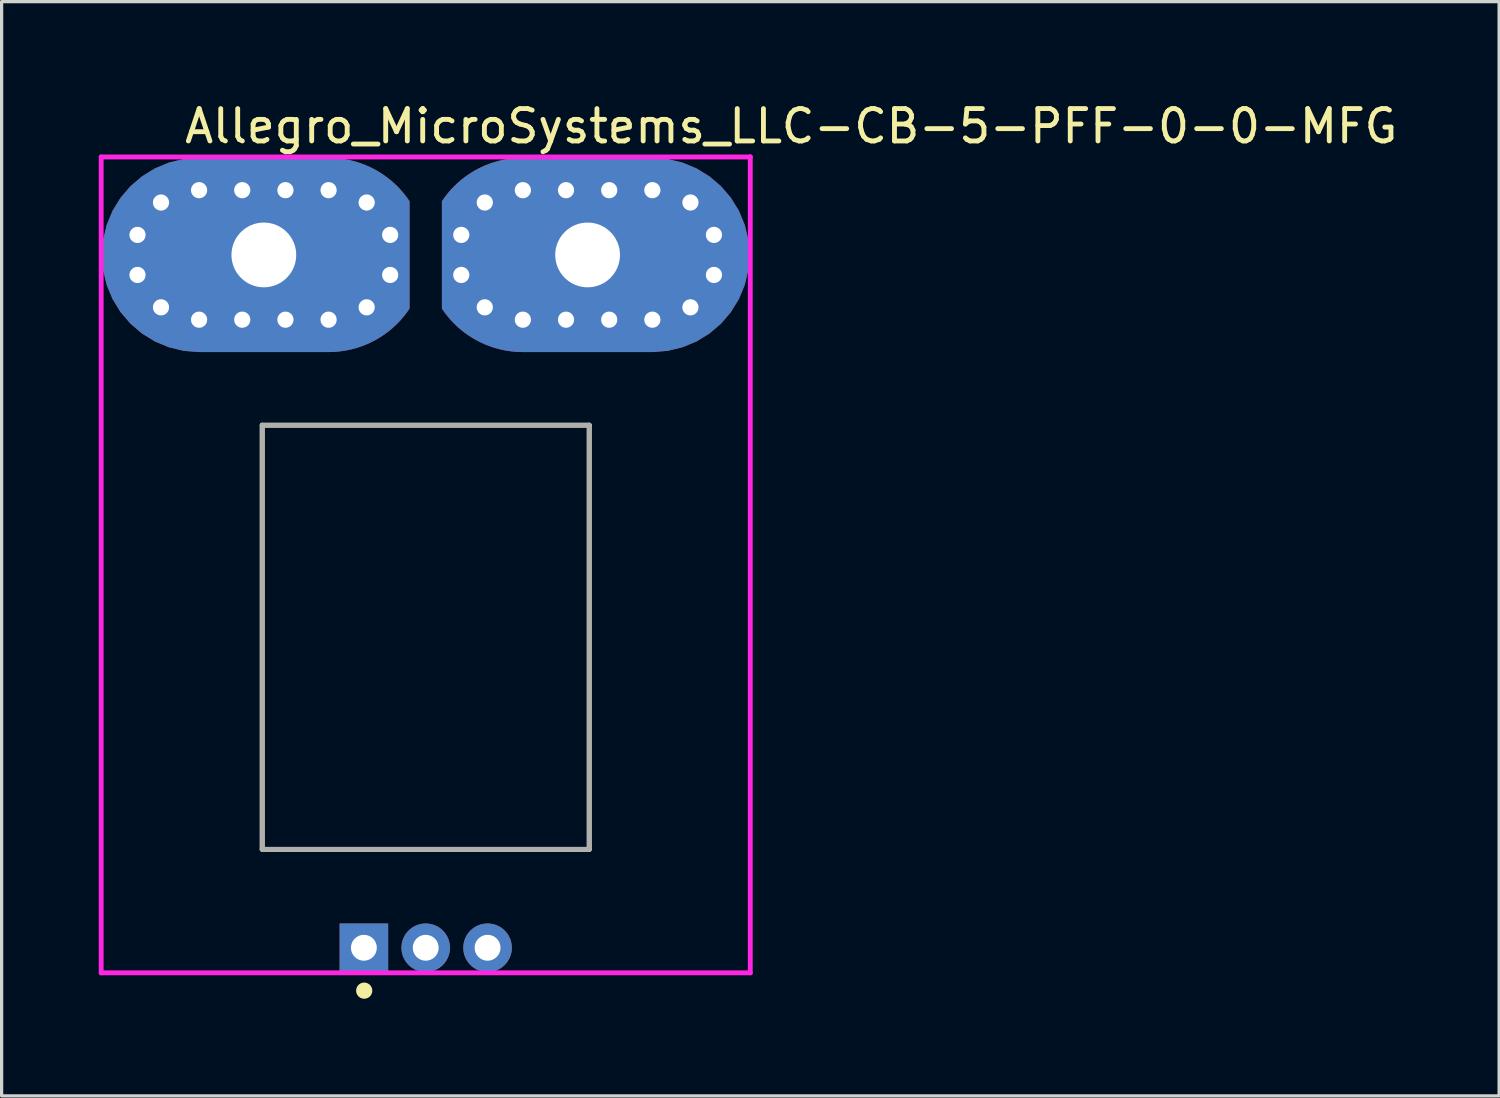
<source format=kicad_pcb>
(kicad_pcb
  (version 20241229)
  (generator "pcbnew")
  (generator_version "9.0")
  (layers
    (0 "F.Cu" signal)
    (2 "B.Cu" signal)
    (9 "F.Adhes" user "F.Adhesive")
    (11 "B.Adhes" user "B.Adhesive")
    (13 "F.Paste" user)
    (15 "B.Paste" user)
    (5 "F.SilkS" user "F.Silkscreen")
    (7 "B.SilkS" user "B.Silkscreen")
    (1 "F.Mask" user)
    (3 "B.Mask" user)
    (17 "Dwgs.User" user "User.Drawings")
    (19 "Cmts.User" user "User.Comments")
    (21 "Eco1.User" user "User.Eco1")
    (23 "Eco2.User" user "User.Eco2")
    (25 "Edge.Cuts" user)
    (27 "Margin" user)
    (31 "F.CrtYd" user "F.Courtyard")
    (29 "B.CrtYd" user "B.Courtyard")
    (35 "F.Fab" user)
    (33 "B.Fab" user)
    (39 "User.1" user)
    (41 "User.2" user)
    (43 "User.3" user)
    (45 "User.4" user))
  (footprint "Allegro_MicroSystems_LLC-CB-5-PFF-0-0-MFG"
    (layer "F.Cu")
    (at 10.099 16.633)
    (property "Reference" "Allegro_MicroSystems_LLC-CB-5-PFF-0-0-MFG" (at -7.525 -15.784 0) (layer "F.SilkS") (effects (font (size 1 1) (thickness 0.15)) (justify left)))
    (attr through_hole)
    (fp_line (start -5.05 -6.55) (end 5.05 -6.55) (stroke (width 0.15) (type solid)) (layer "F.SilkS"))
    (fp_line (start -5.05 6.55) (end -5.05 -6.55) (stroke (width 0.15) (type solid)) (layer "F.SilkS"))
    (fp_line (start -5.05 6.55) (end 5.05 6.55) (stroke (width 0.15) (type solid)) (layer "F.SilkS"))
    (fp_line (start 5.05 6.55) (end 5.05 -6.55) (stroke (width 0.15) (type solid)) (layer "F.SilkS"))
    (fp_circle (center -1.9 10.915) (end -1.775 10.915) (stroke (width 0.25) (type solid)) (fill no) (layer "F.SilkS"))
    (fp_line (start -10.024 -14.835) (end -10.024 10.365) (stroke (width 0.15) (type solid)) (layer "F.CrtYd"))
    (fp_line (start -10.024 10.365) (end 10.024 10.365) (stroke (width 0.15) (type solid)) (layer "F.CrtYd"))
    (fp_line (start 10.024 -14.835) (end -10.024 -14.835) (stroke (width 0.15) (type solid)) (layer "F.CrtYd"))
    (fp_line (start 10.024 -14.835) (end 10.024 -14.835) (stroke (width 0.15) (type solid)) (layer "F.CrtYd"))
    (fp_line (start 10.024 10.365) (end 10.024 -14.835) (stroke (width 0.15) (type solid)) (layer "F.CrtYd"))
    (fp_line (start -5.05 -6.55) (end 5.05 -6.55) (stroke (width 0.15) (type solid)) (layer "F.Fab"))
    (fp_line (start -5.05 6.55) (end -5.05 -6.55) (stroke (width 0.15) (type solid)) (layer "F.Fab"))
    (fp_line (start 5.05 -6.55) (end 5.05 6.55) (stroke (width 0.15) (type solid)) (layer "F.Fab"))
    (fp_line (start 5.05 6.55) (end -5.05 6.55) (stroke (width 0.15) (type solid)) (layer "F.Fab"))
    (pad "1" thru_hole rect (at -1.91 9.59) (size 1.5 1.5) (drill 0.8) (layers "*.Cu"))
    (pad "2" thru_hole circle (at 0 9.59) (size 1.5 1.5) (drill 0.8) (layers "*.Cu"))
    (pad "3" thru_hole circle (at 1.91 9.59) (size 1.5 1.5) (drill 0.8) (layers "*.Cu"))
    (pad "4" thru_hole roundrect (at 5 -11.809) (size 6.6 2.6) (drill oval 2) (layers "*.Cu") (roundrect_rratio 0.5))
    (pad "4" smd custom (at 5.25 -11.809) (size 1 1) (layers "F.Cu" "F.Mask") (options (anchor circle)) (primitives (gr_poly (pts (xy -4.75 -1.658) (xy -4.75 1.658) (xy -4.665 1.779) (xy -4.575 1.896) (xy -4.479 2.008) (xy -4.377 2.116) (xy -4.27 2.218) (xy -4.159 2.315) (xy -4.042 2.406) (xy -3.922 2.491) (xy -3.797 2.57) (xy -3.669 2.643) (xy -3.537 2.71) (xy -3.402 2.77) (xy -3.264 2.823) (xy -3.124 2.87) (xy -2.981 2.909) (xy -2.837 2.942) (xy -2.692 2.967) (xy -2.545 2.985) (xy -2.398 2.996) (xy -2.25 3) (xy 1.75 3) (xy 2.219 2.963) (xy 2.677 2.853) (xy 3.112 2.673) (xy 3.513 2.427) (xy 3.871 2.121) (xy 4.177 1.763) (xy 4.423 1.362) (xy 4.603 0.927) (xy 4.713 0.469) (xy 4.75 0) (xy 4.713 -0.469) (xy 4.603 -0.927) (xy 4.423 -1.362) (xy 4.177 -1.763) (xy 3.871 -2.121) (xy 3.513 -2.427) (xy 3.112 -2.673) (xy 2.677 -2.853) (xy 2.219 -2.963) (xy 1.75 -3) (xy -2.25 -3) (xy -2.398 -2.996) (xy -2.545 -2.985) (xy -2.692 -2.967) (xy -2.837 -2.942) (xy -2.981 -2.909) (xy -3.124 -2.87) (xy -3.264 -2.823) (xy -3.402 -2.77) (xy -3.537 -2.71) (xy -3.669 -2.643) (xy -3.797 -2.57) (xy -3.922 -2.491) (xy -4.042 -2.406) (xy -4.159 -2.315) (xy -4.27 -2.218) (xy -4.377 -2.116) (xy -4.479 -2.008) (xy -4.575 -1.896) (xy -4.665 -1.779) (xy -4.75 -1.658)) (width 0) (fill yes))))
    (pad "4" smd custom (at 5.25 -11.809) (size 1 1) (layers "B.Cu" "B.Mask") (options (anchor circle)) (primitives (gr_poly (pts (xy -4.75 -1.658) (xy -4.75 1.658) (xy -4.665 1.779) (xy -4.575 1.896) (xy -4.479 2.008) (xy -4.377 2.116) (xy -4.27 2.218) (xy -4.159 2.315) (xy -4.042 2.406) (xy -3.922 2.491) (xy -3.797 2.57) (xy -3.669 2.643) (xy -3.537 2.71) (xy -3.402 2.77) (xy -3.264 2.823) (xy -3.124 2.87) (xy -2.981 2.909) (xy -2.837 2.942) (xy -2.692 2.967) (xy -2.545 2.985) (xy -2.398 2.996) (xy -2.25 3) (xy 1.75 3) (xy 2.219 2.963) (xy 2.677 2.853) (xy 3.112 2.673) (xy 3.513 2.427) (xy 3.871 2.121) (xy 4.177 1.763) (xy 4.423 1.362) (xy 4.603 0.927) (xy 4.713 0.469) (xy 4.75 0) (xy 4.713 -0.469) (xy 4.603 -0.927) (xy 4.423 -1.362) (xy 4.177 -1.763) (xy 3.871 -2.121) (xy 3.513 -2.427) (xy 3.112 -2.673) (xy 2.677 -2.853) (xy 2.219 -2.963) (xy 1.75 -3) (xy -2.25 -3) (xy -2.398 -2.996) (xy -2.545 -2.985) (xy -2.692 -2.967) (xy -2.837 -2.942) (xy -2.981 -2.909) (xy -3.124 -2.87) (xy -3.264 -2.823) (xy -3.402 -2.77) (xy -3.537 -2.71) (xy -3.669 -2.643) (xy -3.797 -2.57) (xy -3.922 -2.491) (xy -4.042 -2.406) (xy -4.159 -2.315) (xy -4.27 -2.218) (xy -4.377 -2.116) (xy -4.479 -2.008) (xy -4.575 -1.896) (xy -4.665 -1.779) (xy -4.75 -1.658)) (width 0) (fill yes))))
    (pad "5" smd custom (at -5.25 -11.809) (size 1 1) (layers "F.Cu" "F.Mask") (options (anchor circle)) (primitives (gr_poly (pts (xy 4.75 1.658) (xy 4.75 -1.658) (xy 4.665 -1.779) (xy 4.575 -1.896) (xy 4.479 -2.008) (xy 4.377 -2.116) (xy 4.27 -2.218) (xy 4.159 -2.315) (xy 4.042 -2.406) (xy 3.922 -2.491) (xy 3.797 -2.57) (xy 3.669 -2.643) (xy 3.537 -2.71) (xy 3.402 -2.77) (xy 3.264 -2.823) (xy 3.124 -2.87) (xy 2.981 -2.909) (xy 2.837 -2.942) (xy 2.692 -2.967) (xy 2.545 -2.985) (xy 2.398 -2.996) (xy 2.25 -3) (xy -1.75 -3) (xy -2.219 -2.963) (xy -2.677 -2.853) (xy -3.112 -2.673) (xy -3.513 -2.427) (xy -3.871 -2.121) (xy -4.177 -1.763) (xy -4.423 -1.362) (xy -4.603 -0.927) (xy -4.713 -0.469) (xy -4.75 0) (xy -4.713 0.469) (xy -4.603 0.927) (xy -4.423 1.362) (xy -4.177 1.763) (xy -3.871 2.121) (xy -3.513 2.427) (xy -3.112 2.673) (xy -2.677 2.853) (xy -2.219 2.963) (xy -1.75 3) (xy 2.25 3) (xy 2.398 2.996) (xy 2.545 2.985) (xy 2.692 2.967) (xy 2.837 2.942) (xy 2.981 2.909) (xy 3.124 2.87) (xy 3.264 2.823) (xy 3.402 2.77) (xy 3.537 2.71) (xy 3.669 2.643) (xy 3.797 2.57) (xy 3.922 2.491) (xy 4.042 2.406) (xy 4.159 2.315) (xy 4.27 2.218) (xy 4.377 2.116) (xy 4.479 2.008) (xy 4.575 1.896) (xy 4.665 1.779) (xy 4.75 1.658)) (width 0) (fill yes))))
    (pad "5" smd custom (at -5.25 -11.809) (size 1 1) (layers "B.Cu" "B.Mask") (options (anchor circle)) (primitives (gr_poly (pts (xy 4.75 1.658) (xy 4.75 -1.658) (xy 4.665 -1.779) (xy 4.575 -1.896) (xy 4.479 -2.008) (xy 4.377 -2.116) (xy 4.27 -2.218) (xy 4.159 -2.315) (xy 4.042 -2.406) (xy 3.922 -2.491) (xy 3.797 -2.57) (xy 3.669 -2.643) (xy 3.537 -2.71) (xy 3.402 -2.77) (xy 3.264 -2.823) (xy 3.124 -2.87) (xy 2.981 -2.909) (xy 2.837 -2.942) (xy 2.692 -2.967) (xy 2.545 -2.985) (xy 2.398 -2.996) (xy 2.25 -3) (xy -1.75 -3) (xy -2.219 -2.963) (xy -2.677 -2.853) (xy -3.112 -2.673) (xy -3.513 -2.427) (xy -3.871 -2.121) (xy -4.177 -1.763) (xy -4.423 -1.362) (xy -4.603 -0.927) (xy -4.713 -0.469) (xy -4.75 0) (xy -4.713 0.469) (xy -4.603 0.927) (xy -4.423 1.362) (xy -4.177 1.763) (xy -3.871 2.121) (xy -3.513 2.427) (xy -3.112 2.673) (xy -2.677 2.853) (xy -2.219 2.963) (xy -1.75 3) (xy 2.25 3) (xy 2.398 2.996) (xy 2.545 2.985) (xy 2.692 2.967) (xy 2.837 2.942) (xy 2.981 2.909) (xy 3.124 2.87) (xy 3.264 2.823) (xy 3.402 2.77) (xy 3.537 2.71) (xy 3.669 2.643) (xy 3.797 2.57) (xy 3.922 2.491) (xy 4.042 2.406) (xy 4.159 2.315) (xy 4.27 2.218) (xy 4.377 2.116) (xy 4.479 2.008) (xy 4.575 1.896) (xy 4.665 1.779) (xy 4.75 1.658)) (width 0) (fill yes))))
    (pad "5" thru_hole roundrect (at -5 -11.809) (size 6.6 2.6) (drill oval 2) (layers "*.Cu") (roundrect_rratio 0.5))
    (pad "~" thru_hole circle (at -8.902 -12.428) (size 0.8 0.8) (drill 0.5) (layers "*.Cu"))
    (pad "~" thru_hole circle (at -8.902 -11.191) (size 0.8 0.8) (drill 0.5) (layers "*.Cu"))
    (pad "~" thru_hole circle (at -8.176 -13.428) (size 0.8 0.8) (drill 0.5) (layers "*.Cu"))
    (pad "~" thru_hole circle (at -8.176 -10.191) (size 0.8 0.8) (drill 0.5) (layers "*.Cu"))
    (pad "~" thru_hole circle (at -7 -13.809) (size 0.8 0.8) (drill 0.5) (layers "*.Cu"))
    (pad "~" thru_hole circle (at -7 -9.809) (size 0.8 0.8) (drill 0.5) (layers "*.Cu"))
    (pad "~" thru_hole circle (at -5.667 -13.809) (size 0.8 0.8) (drill 0.5) (layers "*.Cu"))
    (pad "~" thru_hole circle (at -5.667 -9.809) (size 0.8 0.8) (drill 0.5) (layers "*.Cu"))
    (pad "~" thru_hole circle (at -4.333 -13.809) (size 0.8 0.8) (drill 0.5) (layers "*.Cu"))
    (pad "~" thru_hole circle (at -4.333 -9.809) (size 0.8 0.8) (drill 0.5) (layers "*.Cu"))
    (pad "~" thru_hole circle (at -3 -13.809) (size 0.8 0.8) (drill 0.5) (layers "*.Cu"))
    (pad "~" thru_hole circle (at -3 -9.809) (size 0.8 0.8) (drill 0.5) (layers "*.Cu"))
    (pad "~" thru_hole circle (at -1.824 -13.428) (size 0.8 0.8) (drill 0.5) (layers "*.Cu"))
    (pad "~" thru_hole circle (at -1.824 -10.191) (size 0.8 0.8) (drill 0.5) (layers "*.Cu"))
    (pad "~" thru_hole circle (at -1.098 -12.428) (size 0.8 0.8) (drill 0.5) (layers "*.Cu"))
    (pad "~" thru_hole circle (at -1.098 -11.191) (size 0.8 0.8) (drill 0.5) (layers "*.Cu"))
    (pad "~" thru_hole circle (at 1.098 -12.428) (size 0.8 0.8) (drill 0.5) (layers "*.Cu"))
    (pad "~" thru_hole circle (at 1.098 -11.191) (size 0.8 0.8) (drill 0.5) (layers "*.Cu"))
    (pad "~" thru_hole circle (at 1.824 -13.428) (size 0.8 0.8) (drill 0.5) (layers "*.Cu"))
    (pad "~" thru_hole circle (at 1.824 -10.191) (size 0.8 0.8) (drill 0.5) (layers "*.Cu"))
    (pad "~" thru_hole circle (at 3 -13.809) (size 0.8 0.8) (drill 0.5) (layers "*.Cu"))
    (pad "~" thru_hole circle (at 3 -9.809) (size 0.8 0.8) (drill 0.5) (layers "*.Cu"))
    (pad "~" thru_hole circle (at 4.333 -13.809) (size 0.8 0.8) (drill 0.5) (layers "*.Cu"))
    (pad "~" thru_hole circle (at 4.333 -9.809) (size 0.8 0.8) (drill 0.5) (layers "*.Cu"))
    (pad "~" thru_hole circle (at 5.667 -13.809) (size 0.8 0.8) (drill 0.5) (layers "*.Cu"))
    (pad "~" thru_hole circle (at 5.667 -9.809) (size 0.8 0.8) (drill 0.5) (layers "*.Cu"))
    (pad "~" thru_hole circle (at 7 -13.809) (size 0.8 0.8) (drill 0.5) (layers "*.Cu"))
    (pad "~" thru_hole circle (at 7 -9.809) (size 0.8 0.8) (drill 0.5) (layers "*.Cu"))
    (pad "~" thru_hole circle (at 8.176 -13.428) (size 0.8 0.8) (drill 0.5) (layers "*.Cu"))
    (pad "~" thru_hole circle (at 8.176 -10.191) (size 0.8 0.8) (drill 0.5) (layers "*.Cu"))
    (pad "~" thru_hole circle (at 8.902 -12.428) (size 0.8 0.8) (drill 0.5) (layers "*.Cu"))
    (pad "~" thru_hole circle (at 8.902 -11.191) (size 0.8 0.8) (drill 0.5) (layers "*.Cu")))
  (gr_rect
    (start -3 -3)
    (end 43.252 30.798)
    (stroke (width 0.1) (type default))
    (fill no)
    (layer "Edge.Cuts")))
</source>
